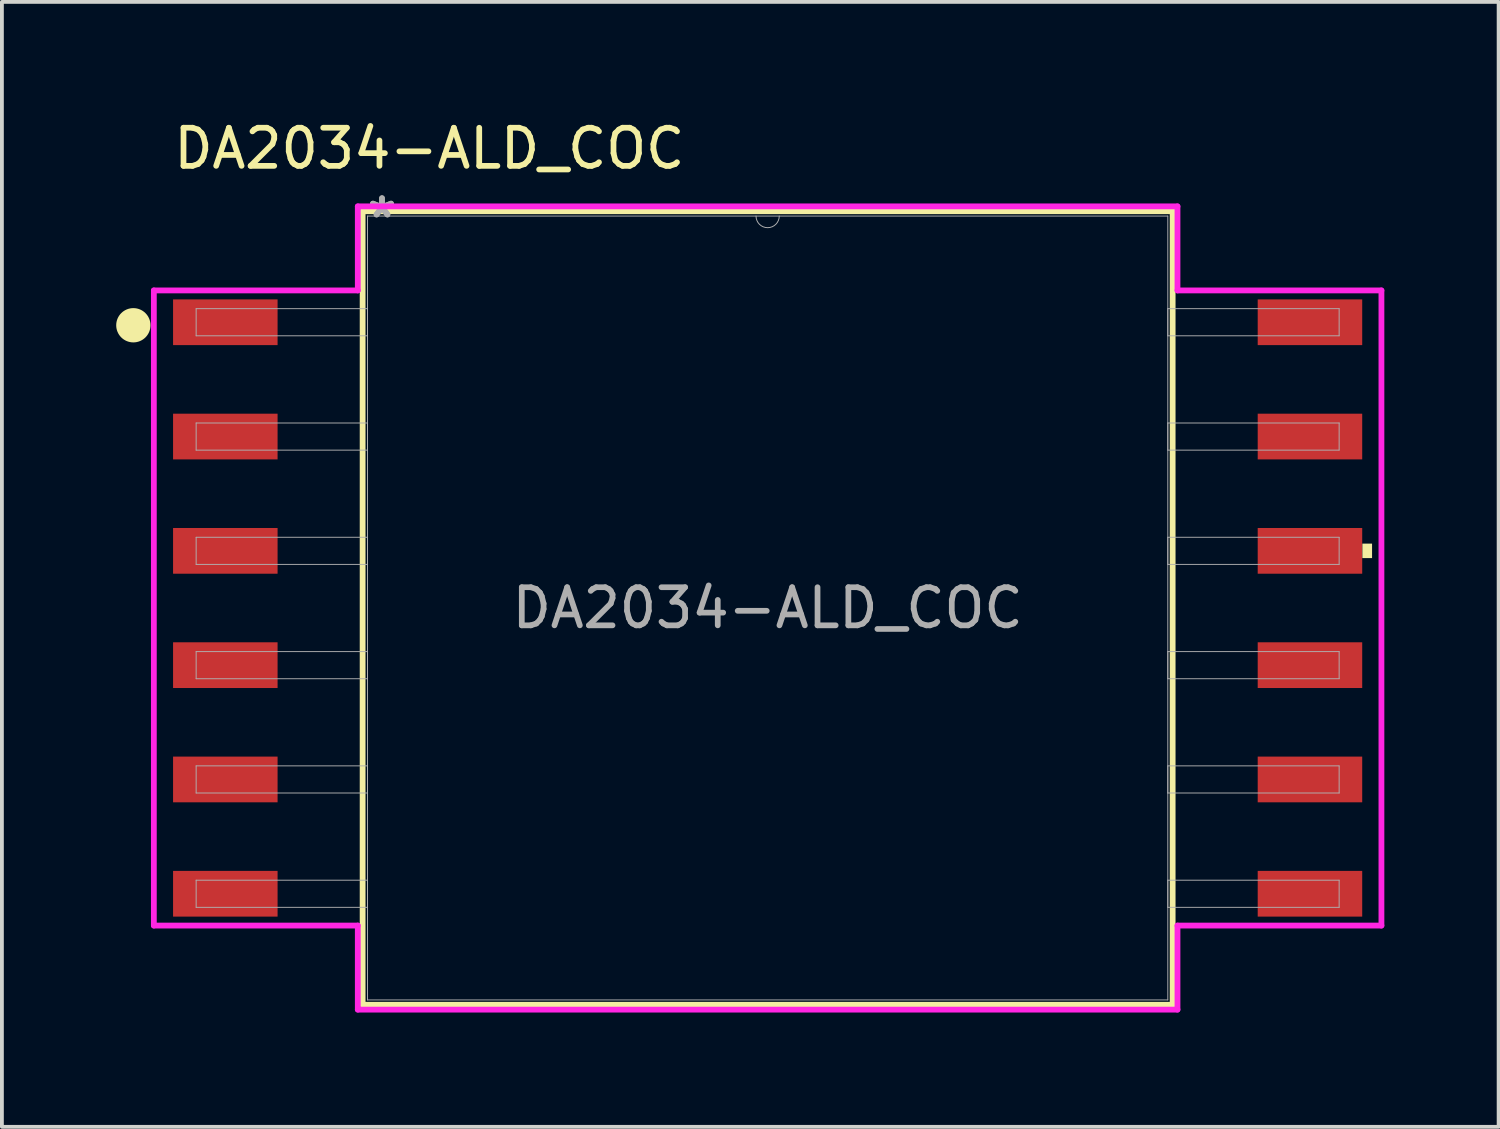
<source format=kicad_pcb>
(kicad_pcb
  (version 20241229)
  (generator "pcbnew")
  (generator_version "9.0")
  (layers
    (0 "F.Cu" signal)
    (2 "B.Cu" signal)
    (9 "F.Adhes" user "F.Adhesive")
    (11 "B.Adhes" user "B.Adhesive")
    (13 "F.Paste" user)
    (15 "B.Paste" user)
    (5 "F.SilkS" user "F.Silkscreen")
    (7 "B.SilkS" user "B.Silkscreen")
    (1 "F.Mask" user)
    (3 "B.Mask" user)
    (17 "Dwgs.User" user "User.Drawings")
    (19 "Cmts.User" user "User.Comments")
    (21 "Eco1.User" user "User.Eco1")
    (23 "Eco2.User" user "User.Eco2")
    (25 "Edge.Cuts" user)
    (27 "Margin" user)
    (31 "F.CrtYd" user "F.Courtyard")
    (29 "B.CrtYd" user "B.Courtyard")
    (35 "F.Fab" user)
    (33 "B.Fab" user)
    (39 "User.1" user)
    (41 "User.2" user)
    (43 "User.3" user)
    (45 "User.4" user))
  (footprint "DA2034-ALD_COC"
    (layer "F.Cu")
    (at 17.098 12.908)
    (property "Reference" "DA2034-ALD_COC" (at -8.879 -12.06 0) (unlocked yes) (layer "F.SilkS") (effects (font (size 1 1) (thickness 0.15))))
    (attr smd)
    (fp_line (start -10.63 -10.414) (end -10.63 10.414) (stroke (width 0.152) (type solid)) (layer "F.SilkS"))
    (fp_line (start -10.63 10.414) (end 10.63 10.414) (stroke (width 0.152) (type solid)) (layer "F.SilkS"))
    (fp_line (start 10.63 -10.414) (end -10.63 -10.414) (stroke (width 0.152) (type solid)) (layer "F.SilkS"))
    (fp_line (start 10.63 10.414) (end 10.63 -10.414) (stroke (width 0.152) (type solid)) (layer "F.SilkS"))
    (fp_circle (center -16.648 -7.421) (end -16.248 -7.421) (stroke (width 0.1) (type solid)) (fill yes) (layer "F.SilkS"))
    (fp_poly (pts (xy 15.864 -1.69) (xy 15.864 -1.31) (xy 15.61 -1.31) (xy 15.61 -1.69)) (stroke (width 0) (type solid)) (fill yes) (layer "F.SilkS"))
    (fp_line (start -16.11 -8.335) (end -10.757 -8.335) (stroke (width 0.152) (type solid)) (layer "F.CrtYd"))
    (fp_line (start -16.11 8.335) (end -16.11 -8.335) (stroke (width 0.152) (type solid)) (layer "F.CrtYd"))
    (fp_line (start -16.11 8.335) (end -10.757 8.335) (stroke (width 0.152) (type solid)) (layer "F.CrtYd"))
    (fp_line (start -10.757 -10.541) (end 10.757 -10.541) (stroke (width 0.152) (type solid)) (layer "F.CrtYd"))
    (fp_line (start -10.757 -8.335) (end -10.757 -10.541) (stroke (width 0.152) (type solid)) (layer "F.CrtYd"))
    (fp_line (start -10.757 8.335) (end -10.757 10.541) (stroke (width 0.152) (type solid)) (layer "F.CrtYd"))
    (fp_line (start 10.757 -8.335) (end 10.757 -10.541) (stroke (width 0.152) (type solid)) (layer "F.CrtYd"))
    (fp_line (start 10.757 8.335) (end 10.757 10.541) (stroke (width 0.152) (type solid)) (layer "F.CrtYd"))
    (fp_line (start 10.757 10.541) (end -10.757 10.541) (stroke (width 0.152) (type solid)) (layer "F.CrtYd"))
    (fp_line (start 16.11 -8.335) (end 10.757 -8.335) (stroke (width 0.152) (type solid)) (layer "F.CrtYd"))
    (fp_line (start 16.11 8.335) (end 10.757 8.335) (stroke (width 0.152) (type solid)) (layer "F.CrtYd"))
    (fp_line (start 16.11 8.335) (end 16.11 -8.335) (stroke (width 0.152) (type solid)) (layer "F.CrtYd"))
    (fp_line (start -15 -7.856) (end -15 -7.144) (stroke (width 0.025) (type solid)) (layer "F.Fab"))
    (fp_line (start -15 -7.144) (end -10.503 -7.144) (stroke (width 0.025) (type solid)) (layer "F.Fab"))
    (fp_line (start -15 -4.856) (end -15 -4.144) (stroke (width 0.025) (type solid)) (layer "F.Fab"))
    (fp_line (start -15 -4.144) (end -10.503 -4.144) (stroke (width 0.025) (type solid)) (layer "F.Fab"))
    (fp_line (start -15 -1.856) (end -15 -1.144) (stroke (width 0.025) (type solid)) (layer "F.Fab"))
    (fp_line (start -15 -1.144) (end -10.503 -1.144) (stroke (width 0.025) (type solid)) (layer "F.Fab"))
    (fp_line (start -15 1.144) (end -15 1.856) (stroke (width 0.025) (type solid)) (layer "F.Fab"))
    (fp_line (start -15 1.856) (end -10.503 1.856) (stroke (width 0.025) (type solid)) (layer "F.Fab"))
    (fp_line (start -15 4.144) (end -15 4.856) (stroke (width 0.025) (type solid)) (layer "F.Fab"))
    (fp_line (start -15 4.856) (end -10.503 4.856) (stroke (width 0.025) (type solid)) (layer "F.Fab"))
    (fp_line (start -15 7.144) (end -15 7.856) (stroke (width 0.025) (type solid)) (layer "F.Fab"))
    (fp_line (start -15 7.856) (end -10.503 7.856) (stroke (width 0.025) (type solid)) (layer "F.Fab"))
    (fp_line (start -10.503 -10.287) (end -10.503 10.287) (stroke (width 0.025) (type solid)) (layer "F.Fab"))
    (fp_line (start -10.503 -7.856) (end -15 -7.856) (stroke (width 0.025) (type solid)) (layer "F.Fab"))
    (fp_line (start -10.503 -7.144) (end -10.503 -7.856) (stroke (width 0.025) (type solid)) (layer "F.Fab"))
    (fp_line (start -10.503 -4.856) (end -15 -4.856) (stroke (width 0.025) (type solid)) (layer "F.Fab"))
    (fp_line (start -10.503 -4.144) (end -10.503 -4.856) (stroke (width 0.025) (type solid)) (layer "F.Fab"))
    (fp_line (start -10.503 -1.856) (end -15 -1.856) (stroke (width 0.025) (type solid)) (layer "F.Fab"))
    (fp_line (start -10.503 -1.144) (end -10.503 -1.856) (stroke (width 0.025) (type solid)) (layer "F.Fab"))
    (fp_line (start -10.503 1.144) (end -15 1.144) (stroke (width 0.025) (type solid)) (layer "F.Fab"))
    (fp_line (start -10.503 1.856) (end -10.503 1.144) (stroke (width 0.025) (type solid)) (layer "F.Fab"))
    (fp_line (start -10.503 4.144) (end -15 4.144) (stroke (width 0.025) (type solid)) (layer "F.Fab"))
    (fp_line (start -10.503 4.856) (end -10.503 4.144) (stroke (width 0.025) (type solid)) (layer "F.Fab"))
    (fp_line (start -10.503 7.144) (end -15 7.144) (stroke (width 0.025) (type solid)) (layer "F.Fab"))
    (fp_line (start -10.503 7.856) (end -10.503 7.144) (stroke (width 0.025) (type solid)) (layer "F.Fab"))
    (fp_line (start -10.503 10.287) (end 10.503 10.287) (stroke (width 0.025) (type solid)) (layer "F.Fab"))
    (fp_line (start 10.503 -10.287) (end -10.503 -10.287) (stroke (width 0.025) (type solid)) (layer "F.Fab"))
    (fp_line (start 10.503 -7.856) (end 10.503 -7.144) (stroke (width 0.025) (type solid)) (layer "F.Fab"))
    (fp_line (start 10.503 -7.144) (end 15 -7.144) (stroke (width 0.025) (type solid)) (layer "F.Fab"))
    (fp_line (start 10.503 -4.856) (end 10.503 -4.144) (stroke (width 0.025) (type solid)) (layer "F.Fab"))
    (fp_line (start 10.503 -4.144) (end 15 -4.144) (stroke (width 0.025) (type solid)) (layer "F.Fab"))
    (fp_line (start 10.503 -1.856) (end 10.503 -1.144) (stroke (width 0.025) (type solid)) (layer "F.Fab"))
    (fp_line (start 10.503 -1.144) (end 15 -1.144) (stroke (width 0.025) (type solid)) (layer "F.Fab"))
    (fp_line (start 10.503 1.144) (end 10.503 1.856) (stroke (width 0.025) (type solid)) (layer "F.Fab"))
    (fp_line (start 10.503 1.856) (end 15 1.856) (stroke (width 0.025) (type solid)) (layer "F.Fab"))
    (fp_line (start 10.503 4.144) (end 10.503 4.856) (stroke (width 0.025) (type solid)) (layer "F.Fab"))
    (fp_line (start 10.503 4.856) (end 15 4.856) (stroke (width 0.025) (type solid)) (layer "F.Fab"))
    (fp_line (start 10.503 7.144) (end 10.503 7.856) (stroke (width 0.025) (type solid)) (layer "F.Fab"))
    (fp_line (start 10.503 7.856) (end 15 7.856) (stroke (width 0.025) (type solid)) (layer "F.Fab"))
    (fp_line (start 10.503 10.287) (end 10.503 -10.287) (stroke (width 0.025) (type solid)) (layer "F.Fab"))
    (fp_line (start 15 -7.856) (end 10.503 -7.856) (stroke (width 0.025) (type solid)) (layer "F.Fab"))
    (fp_line (start 15 -7.144) (end 15 -7.856) (stroke (width 0.025) (type solid)) (layer "F.Fab"))
    (fp_line (start 15 -4.856) (end 10.503 -4.856) (stroke (width 0.025) (type solid)) (layer "F.Fab"))
    (fp_line (start 15 -4.144) (end 15 -4.856) (stroke (width 0.025) (type solid)) (layer "F.Fab"))
    (fp_line (start 15 -1.856) (end 10.503 -1.856) (stroke (width 0.025) (type solid)) (layer "F.Fab"))
    (fp_line (start 15 -1.144) (end 15 -1.856) (stroke (width 0.025) (type solid)) (layer "F.Fab"))
    (fp_line (start 15 1.144) (end 10.503 1.144) (stroke (width 0.025) (type solid)) (layer "F.Fab"))
    (fp_line (start 15 1.856) (end 15 1.144) (stroke (width 0.025) (type solid)) (layer "F.Fab"))
    (fp_line (start 15 4.144) (end 10.503 4.144) (stroke (width 0.025) (type solid)) (layer "F.Fab"))
    (fp_line (start 15 4.856) (end 15 4.144) (stroke (width 0.025) (type solid)) (layer "F.Fab"))
    (fp_line (start 15 7.144) (end 10.503 7.144) (stroke (width 0.025) (type solid)) (layer "F.Fab"))
    (fp_line (start 15 7.856) (end 15 7.144) (stroke (width 0.025) (type solid)) (layer "F.Fab"))
    (fp_arc (start 0.3048 -10.287) (mid 0 -9.9822) (end -0.3048 -10.287) (stroke (width 0.0254) (type solid)) (layer "F.Fab"))
    (fp_text user "${REFERENCE}" (at 0 0 0) (unlocked yes) (layer "F.Fab") (effects (font (size 1 1) (thickness 0.15))))
    (fp_text user "*" (at -10.122 -10.211 0) (layer "F.Fab") (effects (font (size 1 1) (thickness 0.15))))
    (fp_text user "*" (at -10.122 -10.211 0) (unlocked yes) (layer "F.Fab") (effects (font (size 1 1) (thickness 0.15))))
    (pad "1" smd rect (at -14.234 -7.5) (size 2.743 1.2) (layers "F.Cu" "F.Mask" "F.Paste"))
    (pad "2" smd rect (at -14.234 -4.5) (size 2.743 1.2) (layers "F.Cu" "F.Mask" "F.Paste"))
    (pad "3" smd rect (at -14.234 -1.5) (size 2.743 1.2) (layers "F.Cu" "F.Mask" "F.Paste"))
    (pad "4" smd rect (at -14.234 1.5) (size 2.743 1.2) (layers "F.Cu" "F.Mask" "F.Paste"))
    (pad "5" smd rect (at -14.234 4.5) (size 2.743 1.2) (layers "F.Cu" "F.Mask" "F.Paste"))
    (pad "6" smd rect (at -14.234 7.5) (size 2.743 1.2) (layers "F.Cu" "F.Mask" "F.Paste"))
    (pad "7" smd rect (at 14.234 7.5) (size 2.743 1.2) (layers "F.Cu" "F.Mask" "F.Paste"))
    (pad "8" smd rect (at 14.234 4.5) (size 2.743 1.2) (layers "F.Cu" "F.Mask" "F.Paste"))
    (pad "9" smd rect (at 14.234 1.5) (size 2.743 1.2) (layers "F.Cu" "F.Mask" "F.Paste"))
    (pad "10" smd rect (at 14.234 -1.5) (size 2.743 1.2) (layers "F.Cu" "F.Mask" "F.Paste"))
    (pad "11" smd rect (at 14.234 -4.5) (size 2.743 1.2) (layers "F.Cu" "F.Mask" "F.Paste"))
    (pad "12" smd rect (at 14.234 -7.5) (size 2.743 1.2) (layers "F.Cu" "F.Mask" "F.Paste")))
  (gr_rect
    (start -3 -3)
    (end 36.284 26.525)
    (stroke (width 0.1) (type default))
    (fill no)
    (layer "Edge.Cuts")))
</source>
